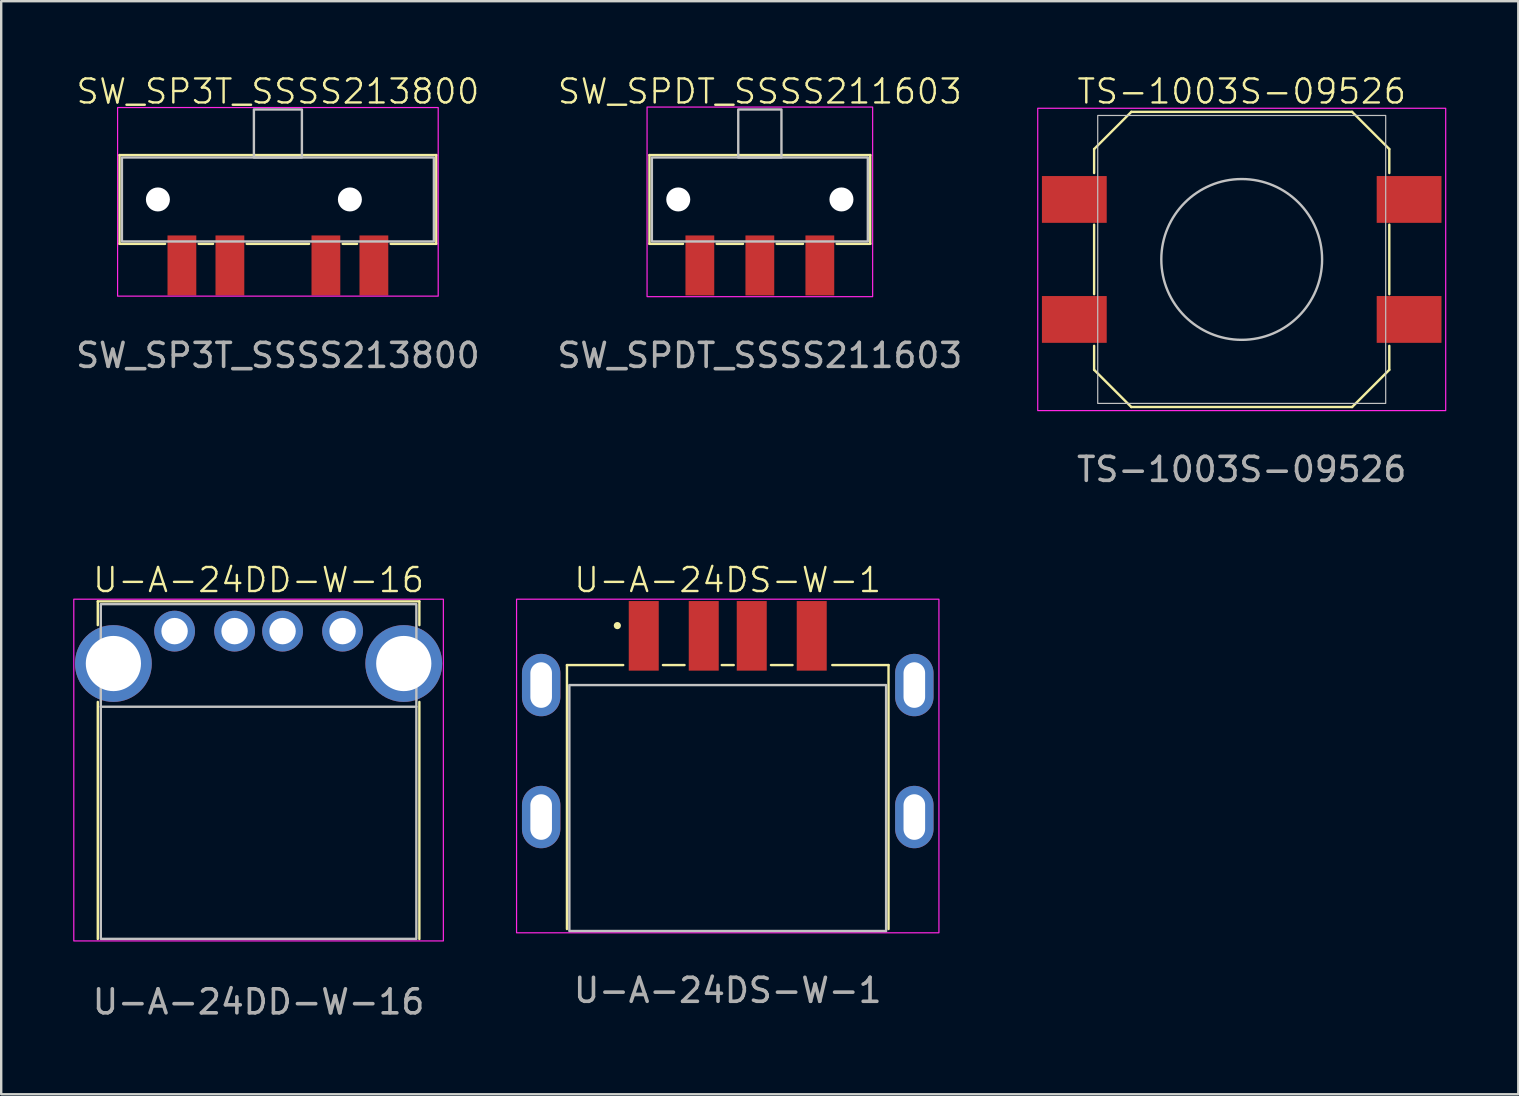
<source format=kicad_pcb>
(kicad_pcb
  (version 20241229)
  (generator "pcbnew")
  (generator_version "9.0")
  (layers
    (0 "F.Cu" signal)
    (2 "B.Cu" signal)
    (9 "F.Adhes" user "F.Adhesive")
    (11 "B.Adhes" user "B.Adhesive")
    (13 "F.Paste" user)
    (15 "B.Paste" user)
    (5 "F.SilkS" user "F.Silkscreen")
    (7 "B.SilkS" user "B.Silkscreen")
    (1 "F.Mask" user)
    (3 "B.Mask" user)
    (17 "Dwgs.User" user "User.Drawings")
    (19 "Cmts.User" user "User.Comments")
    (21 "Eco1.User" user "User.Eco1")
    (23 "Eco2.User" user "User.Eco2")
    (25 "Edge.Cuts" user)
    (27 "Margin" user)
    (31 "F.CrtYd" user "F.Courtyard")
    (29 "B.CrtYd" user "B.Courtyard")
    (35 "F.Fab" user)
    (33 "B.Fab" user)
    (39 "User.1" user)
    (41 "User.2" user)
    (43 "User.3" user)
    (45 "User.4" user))
  (footprint "SW_SP3T_SSSS213800"
    (layer "F.Cu")
    (at 8.53 5.261)
    (property "Reference" "SW_SP3T_SSSS213800" (at 0 -4.5 0) (unlocked yes) (layer "F.SilkS") (effects (font (size 1 1) (thickness 0.1))))
    (attr smd)
    (fp_line (start -6.6 -1.85) (end 6.6 -1.85) (stroke (width 0.1) (type default)) (layer "F.SilkS"))
    (fp_line (start -6.6 1.85) (end -6.6 -1.85) (stroke (width 0.1) (type default)) (layer "F.SilkS"))
    (fp_line (start -4.7 1.85) (end -6.6 1.85) (stroke (width 0.1) (type default)) (layer "F.SilkS"))
    (fp_line (start -3.3 1.85) (end -2.7 1.85) (stroke (width 0.1) (type default)) (layer "F.SilkS"))
    (fp_line (start -1.3 1.85) (end 1.3 1.85) (stroke (width 0.1) (type default)) (layer "F.SilkS"))
    (fp_line (start 2.7 1.85) (end 3.3 1.85) (stroke (width 0.1) (type default)) (layer "F.SilkS"))
    (fp_line (start 6.6 -1.85) (end 6.6 1.85) (stroke (width 0.1) (type default)) (layer "F.SilkS"))
    (fp_line (start 6.6 1.85) (end 4.7 1.85) (stroke (width 0.1) (type default)) (layer "F.SilkS"))
    (fp_rect (start -6.5 -1.75) (end 6.5 1.75) (stroke (width 0.1) (type default)) (fill no) (layer "Dwgs.User"))
    (fp_rect (start -1 -1.75) (end 1 -3.75) (stroke (width 0.1) (type default)) (fill no) (layer "Dwgs.User"))
    (fp_rect (start -6.68 -3.83) (end 6.68 4.03) (stroke (width 0.05) (type default)) (fill no) (layer "F.CrtYd"))
    (fp_text user "${REFERENCE}" (at 0 6.5 0) (unlocked yes) (layer "F.Fab") (effects (font (size 1 1) (thickness 0.15))))
    (pad "" np_thru_hole circle (at -5 0) (size 1 1) (drill 1) (layers "*.Cu" "*.Mask"))
    (pad "" np_thru_hole circle (at 3 0) (size 1 1) (drill 1) (layers "*.Cu" "*.Mask"))
    (pad "1" smd rect (at -4 2.75 90) (size 2.5 1.2) (layers "F.Cu" "F.Mask" "F.Paste"))
    (pad "2" smd rect (at -2 2.75 90) (size 2.5 1.2) (layers "F.Cu" "F.Mask" "F.Paste"))
    (pad "3" smd rect (at 2 2.75 90) (size 2.5 1.2) (layers "F.Cu" "F.Mask" "F.Paste"))
    (pad "4" smd rect (at 4 2.75 90) (size 2.5 1.2) (layers "F.Cu" "F.Mask" "F.Paste")))
  (footprint "SW_SPDT_SSSS211603"
    (layer "F.Cu")
    (at 28.613 5.261)
    (property "Reference" "SW_SPDT_SSSS211603" (at 0 -4.5 0) (unlocked yes) (layer "F.SilkS") (effects (font (size 1 1) (thickness 0.1))))
    (attr smd)
    (fp_line (start -4.6 -1.85) (end 4.6 -1.85) (stroke (width 0.1) (type default)) (layer "F.SilkS"))
    (fp_line (start -4.6 1.85) (end -4.6 -1.85) (stroke (width 0.1) (type default)) (layer "F.SilkS"))
    (fp_line (start -3.2 1.85) (end -4.6 1.85) (stroke (width 0.1) (type default)) (layer "F.SilkS"))
    (fp_line (start -1.8 1.85) (end -0.7 1.85) (stroke (width 0.1) (type default)) (layer "F.SilkS"))
    (fp_line (start 0.7 1.85) (end 1.8 1.85) (stroke (width 0.1) (type default)) (layer "F.SilkS"))
    (fp_line (start 4.6 -1.85) (end 4.6 1.85) (stroke (width 0.1) (type default)) (layer "F.SilkS"))
    (fp_line (start 4.6 1.85) (end 3.2 1.85) (stroke (width 0.1) (type default)) (layer "F.SilkS"))
    (fp_rect (start -4.5 -1.75) (end 4.5 1.75) (stroke (width 0.1) (type default)) (fill no) (layer "Dwgs.User"))
    (fp_rect (start -0.9 -1.75) (end 0.9 -3.75) (stroke (width 0.1) (type default)) (fill no) (layer "Dwgs.User"))
    (fp_rect (start -4.7 -3.85) (end 4.7 4.05) (stroke (width 0.05) (type default)) (fill no) (layer "F.CrtYd"))
    (fp_text user "${REFERENCE}" (at 0 6.5 0) (unlocked yes) (layer "F.Fab") (effects (font (size 1 1) (thickness 0.15))))
    (pad "" np_thru_hole circle (at -3.4 0) (size 1 1) (drill 1) (layers "*.Cu" "*.Mask"))
    (pad "" np_thru_hole circle (at 3.4 0) (size 1 1) (drill 1) (layers "*.Cu" "*.Mask"))
    (pad "1" smd rect (at -2.5 2.75 180) (size 1.2 2.5) (layers "F.Cu" "F.Mask" "F.Paste"))
    (pad "2" smd rect (at 0 2.75 180) (size 1.2 2.5) (layers "F.Cu" "F.Mask" "F.Paste"))
    (pad "3" smd rect (at 2.5 2.75 180) (size 1.2 2.5) (layers "F.Cu" "F.Mask" "F.Paste")))
  (footprint "U-A-24DD-W-16"
    (layer "F.Cu")
    (at 7.725 23.919)
    (property "Reference" "U-A-24DD-W-16" (at 0 -2.8 0) (unlocked yes) (layer "F.SilkS") (effects (font (size 1 1) (thickness 0.1))))
    (attr through_hole)
    (fp_line (start -6.7 -1.91) (end 6.7 -1.91) (stroke (width 0.1) (type default)) (layer "F.SilkS"))
    (fp_line (start -6.7 -0.92) (end -6.7 -1.91) (stroke (width 0.1) (type default)) (layer "F.SilkS"))
    (fp_line (start -6.7 2.28) (end -6.7 12.16) (stroke (width 0.1) (type default)) (layer "F.SilkS"))
    (fp_line (start 6.7 -0.92) (end 6.7 -1.91) (stroke (width 0.1) (type default)) (layer "F.SilkS"))
    (fp_line (start 6.7 12.16) (end 6.7 2.28) (stroke (width 0.1) (type default)) (layer "F.SilkS"))
    (fp_line (start -6.575 2.48) (end 6.575 2.48) (stroke (width 0.1) (type default)) (layer "Dwgs.User"))
    (fp_rect (start -6.575 -1.795) (end 6.575 12.155) (stroke (width 0.1) (type default)) (fill no) (layer "Dwgs.User"))
    (fp_rect (start -7.7 -2) (end 7.7 12.24) (stroke (width 0.05) (type default)) (fill no) (layer "F.CrtYd"))
    (fp_text user "${REFERENCE}" (at 0 14.78 0) (unlocked yes) (layer "F.Fab") (effects (font (size 1 1) (thickness 0.15))))
    (pad "1" thru_hole circle (at -3.5 -0.67) (size 1.7 1.7) (drill 1.1) (layers "*.Cu" "*.Mask"))
    (pad "2" thru_hole circle (at -1 -0.67) (size 1.7 1.7) (drill 1.1) (layers "*.Cu" "*.Mask"))
    (pad "3" thru_hole circle (at 1 -0.67) (size 1.7 1.7) (drill 1.1) (layers "*.Cu" "*.Mask"))
    (pad "4" thru_hole circle (at 3.5 -0.67) (size 1.7 1.7) (drill 1.1) (layers "*.Cu" "*.Mask"))
    (pad "5" thru_hole circle (at -6.05 0.68) (size 3.2 3.2) (drill 2.3) (layers "*.Cu" "*.Mask"))
    (pad "5" thru_hole circle (at 6.05 0.68) (size 3.2 3.2) (drill 2.3) (layers "*.Cu" "*.Mask")))
  (footprint "TS-1003S-09526"
    (layer "F.Cu")
    (at 48.692 7.761)
    (property "Reference" "TS-1003S-09526" (at 0 -7 0) (unlocked yes) (layer "F.SilkS") (effects (font (size 1 1) (thickness 0.1))))
    (attr smd)
    (fp_line (start -6.15 -4.6) (end -6.15 -3.6) (stroke (width 0.1) (type default)) (layer "F.SilkS"))
    (fp_line (start -6.15 -4.6) (end -4.6 -6.15) (stroke (width 0.1) (type default)) (layer "F.SilkS"))
    (fp_line (start -6.15 -1.45) (end -6.15 1.45) (stroke (width 0.1) (type default)) (layer "F.SilkS"))
    (fp_line (start -6.15 4.6) (end -6.15 3.6) (stroke (width 0.1) (type default)) (layer "F.SilkS"))
    (fp_line (start -4.6 -6.15) (end 4.6 -6.15) (stroke (width 0.1) (type default)) (layer "F.SilkS"))
    (fp_line (start -4.6 6.15) (end -6.15 4.6) (stroke (width 0.1) (type default)) (layer "F.SilkS"))
    (fp_line (start 4.6 -6.15) (end 6.15 -4.6) (stroke (width 0.1) (type default)) (layer "F.SilkS"))
    (fp_line (start 4.6 6.15) (end -4.6 6.15) (stroke (width 0.1) (type default)) (layer "F.SilkS"))
    (fp_line (start 6.15 -4.6) (end 6.15 -3.6) (stroke (width 0.1) (type default)) (layer "F.SilkS"))
    (fp_line (start 6.15 -1.45) (end 6.15 1.45) (stroke (width 0.1) (type default)) (layer "F.SilkS"))
    (fp_line (start 6.15 4.6) (end 4.6 6.15) (stroke (width 0.1) (type default)) (layer "F.SilkS"))
    (fp_line (start 6.15 4.6) (end 6.15 3.6) (stroke (width 0.1) (type default)) (layer "F.SilkS"))
    (fp_rect (start -6 -6) (end 6 6) (stroke (width 0.05) (type default)) (fill no) (layer "Dwgs.User"))
    (fp_circle (center 0 0) (end 3.35 0) (stroke (width 0.1) (type default)) (fill no) (layer "Dwgs.User"))
    (fp_rect (start -8.5 -6.3) (end 8.5 6.3) (stroke (width 0.05) (type default)) (fill no) (layer "F.CrtYd"))
    (fp_text user "${REFERENCE}" (at 0 8.75 0) (unlocked yes) (layer "F.Fab") (effects (font (size 1 1) (thickness 0.15))))
    (pad "1" smd rect (at -6.975 -2.5) (size 2.7 1.95) (layers "F.Cu" "F.Mask" "F.Paste"))
    (pad "1" smd rect (at 6.975 -2.5) (size 2.7 1.95) (layers "F.Cu" "F.Mask" "F.Paste"))
    (pad "2" smd rect (at -6.975 2.5) (size 2.7 1.95) (layers "F.Cu" "F.Mask" "F.Paste"))
    (pad "2" smd rect (at 6.975 2.5) (size 2.7 1.95) (layers "F.Cu" "F.Mask" "F.Paste")))
  (footprint "U-A-24DS-W-1"
    (layer "F.Cu")
    (at 27.275 30.619)
    (property "Reference" "U-A-24DS-W-1" (at 0 -9.5 0) (unlocked yes) (layer "F.SilkS") (effects (font (size 1 1) (thickness 0.1))))
    (attr smd)
    (fp_line (start -6.7 -5.956) (end -6.7 5.044) (stroke (width 0.1) (type default)) (layer "F.SilkS"))
    (fp_line (start -6.7 -5.956) (end -4.356 -5.956) (stroke (width 0.1) (type default)) (layer "F.SilkS"))
    (fp_line (start -1.8 -5.956) (end -2.7 -5.956) (stroke (width 0.1) (type default)) (layer "F.SilkS"))
    (fp_line (start 0.25 -5.956) (end -0.25 -5.956) (stroke (width 0.1) (type default)) (layer "F.SilkS"))
    (fp_line (start 2.7 -5.956) (end 1.8 -5.956) (stroke (width 0.1) (type default)) (layer "F.SilkS"))
    (fp_line (start 6.7 -5.956) (end 4.356 -5.956) (stroke (width 0.1) (type default)) (layer "F.SilkS"))
    (fp_line (start 6.7 -5.956) (end 6.7 5.044) (stroke (width 0.1) (type default)) (layer "F.SilkS"))
    (fp_circle (center -4.6 -7.6) (end -4.5 -7.6) (stroke (width 0.1) (type solid)) (fill yes) (layer "F.SilkS"))
    (fp_rect (start -6.6 -5.123) (end 6.6 5.127) (stroke (width 0.1) (type default)) (fill no) (layer "Dwgs.User"))
    (fp_rect (start 8.8 5.2) (end -8.8 -8.7) (stroke (width 0.05) (type default)) (fill no) (layer "F.CrtYd"))
    (fp_text user "${REFERENCE}" (at 0 7.6 0) (unlocked yes) (layer "F.Fab") (effects (font (size 1 1) (thickness 0.15))))
    (pad "1" smd rect (at -3.5 -7.173) (size 1.25 2.9) (layers "F.Cu" "F.Mask" "F.Paste"))
    (pad "2" smd rect (at -1 -7.173) (size 1.25 2.9) (layers "F.Cu" "F.Mask" "F.Paste"))
    (pad "3" smd rect (at 1 -7.173) (size 1.25 2.9) (layers "F.Cu" "F.Mask" "F.Paste"))
    (pad "4" smd rect (at 3.5 -7.173) (size 1.25 2.9) (layers "F.Cu" "F.Mask" "F.Paste"))
    (pad "5" thru_hole oval (at -7.775 -5.123 270) (size 2.6 1.6) (drill oval 1.9 0.9) (layers "*.Cu" "*.Mask"))
    (pad "5" thru_hole oval (at -7.775 0.377 270) (size 2.6 1.6) (drill oval 1.9 0.9) (layers "*.Cu" "*.Mask"))
    (pad "5" thru_hole oval (at 7.775 -5.123 270) (size 2.6 1.6) (drill oval 1.9 0.9) (layers "*.Cu" "*.Mask"))
    (pad "5" thru_hole oval (at 7.775 0.377 270) (size 2.6 1.6) (drill oval 1.9 0.9) (layers "*.Cu" "*.Mask")))
  (gr_rect
    (start -3 -3)
    (end 60.217 42.547)
    (stroke (width 0.1) (type default))
    (fill no)
    (layer "Edge.Cuts")))
</source>
